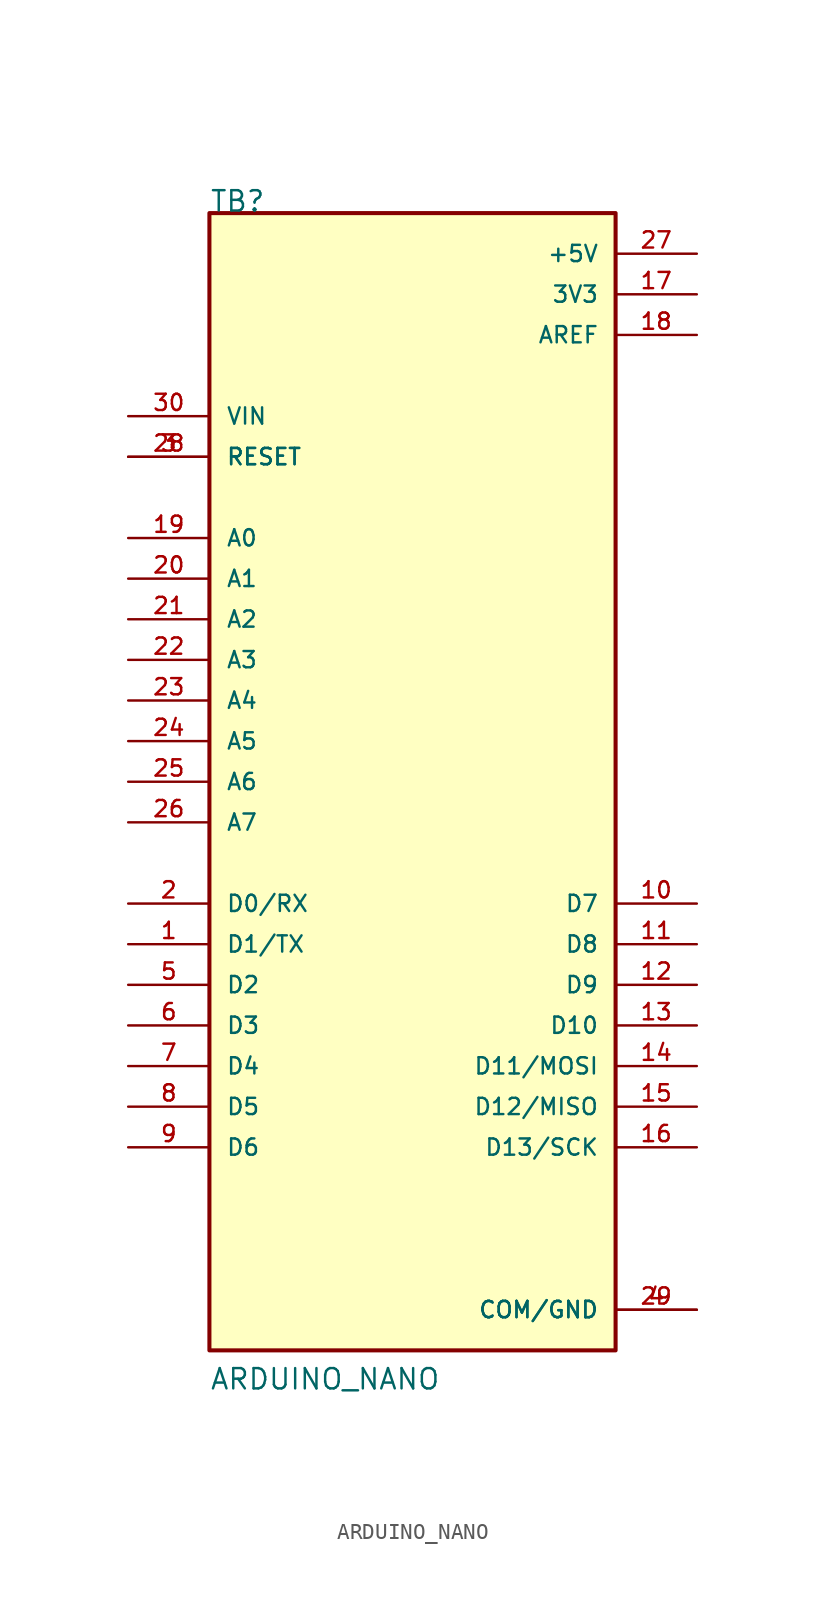
<source format=kicad_sym>
(kicad_symbol_lib
  (version 20220914)
  (generator kicad_symbol_editor)
  (symbol "ARDUINO_NANO"
    (pin_names
      (offset 1.016))
    (property "Reference" "TB"
      (at -12.7 35.56 0)
      (effects (font (size 1.27 1.27)) (justify left bottom)))
    (property "Value" "ARDUINO_NANO"
      (at -12.7 -38.1 0)
      (effects (font (size 1.27 1.27)) (justify left bottom)))
    (symbol "ARDUINO_NANO_0_0"
      (rectangle (start -12.7 -35.56) (end 12.7 35.56) (stroke (width 0.254) (type default)) (fill (type background)))
      (pin bidirectional line (at -17.78 -10.16 0) (length 5.08) (name "D1/TX" (effects (font (size 1.016 1.016)))) (number "1" (effects (font (size 1.016 1.016)))))
      (pin bidirectional line (at 17.78 -7.62 180) (length 5.08) (name "D7" (effects (font (size 1.016 1.016)))) (number "10" (effects (font (size 1.016 1.016)))))
      (pin bidirectional line (at 17.78 -10.16 180) (length 5.08) (name "D8" (effects (font (size 1.016 1.016)))) (number "11" (effects (font (size 1.016 1.016)))))
      (pin bidirectional line (at 17.78 -12.7 180) (length 5.08) (name "D9" (effects (font (size 1.016 1.016)))) (number "12" (effects (font (size 1.016 1.016)))))
      (pin bidirectional line (at 17.78 -15.24 180) (length 5.08) (name "D10" (effects (font (size 1.016 1.016)))) (number "13" (effects (font (size 1.016 1.016)))))
      (pin bidirectional line (at 17.78 -17.78 180) (length 5.08) (name "D11/MOSI" (effects (font (size 1.016 1.016)))) (number "14" (effects (font (size 1.016 1.016)))))
      (pin bidirectional line (at 17.78 -20.32 180) (length 5.08) (name "D12/MISO" (effects (font (size 1.016 1.016)))) (number "15" (effects (font (size 1.016 1.016)))))
      (pin bidirectional line (at 17.78 -22.86 180) (length 5.08) (name "D13/SCK" (effects (font (size 1.016 1.016)))) (number "16" (effects (font (size 1.016 1.016)))))
      (pin power_in line (at 17.78 30.48 180) (length 5.08) (name "3V3" (effects (font (size 1.016 1.016)))) (number "17" (effects (font (size 1.016 1.016)))))
      (pin power_in line (at 17.78 27.94 180) (length 5.08) (name "AREF" (effects (font (size 1.016 1.016)))) (number "18" (effects (font (size 1.016 1.016)))))
      (pin input line (at -17.78 15.24 0) (length 5.08) (name "A0" (effects (font (size 1.016 1.016)))) (number "19" (effects (font (size 1.016 1.016)))))
      (pin bidirectional line (at -17.78 -7.62 0) (length 5.08) (name "D0/RX" (effects (font (size 1.016 1.016)))) (number "2" (effects (font (size 1.016 1.016)))))
      (pin input line (at -17.78 12.7 0) (length 5.08) (name "A1" (effects (font (size 1.016 1.016)))) (number "20" (effects (font (size 1.016 1.016)))))
      (pin input line (at -17.78 10.16 0) (length 5.08) (name "A2" (effects (font (size 1.016 1.016)))) (number "21" (effects (font (size 1.016 1.016)))))
      (pin input line (at -17.78 7.62 0) (length 5.08) (name "A3" (effects (font (size 1.016 1.016)))) (number "22" (effects (font (size 1.016 1.016)))))
      (pin input line (at -17.78 5.08 0) (length 5.08) (name "A4" (effects (font (size 1.016 1.016)))) (number "23" (effects (font (size 1.016 1.016)))))
      (pin input line (at -17.78 2.54 0) (length 5.08) (name "A5" (effects (font (size 1.016 1.016)))) (number "24" (effects (font (size 1.016 1.016)))))
      (pin input line (at -17.78 0 0) (length 5.08) (name "A6" (effects (font (size 1.016 1.016)))) (number "25" (effects (font (size 1.016 1.016)))))
      (pin input line (at -17.78 -2.54 0) (length 5.08) (name "A7" (effects (font (size 1.016 1.016)))) (number "26" (effects (font (size 1.016 1.016)))))
      (pin power_in line (at 17.78 33.02 180) (length 5.08) (name "+5V" (effects (font (size 1.016 1.016)))) (number "27" (effects (font (size 1.016 1.016)))))
      (pin input line (at -17.78 20.32 0) (length 5.08) (name "RESET" (effects (font (size 1.016 1.016)))) (number "28" (effects (font (size 1.016 1.016)))))
      (pin power_in line (at 17.78 -33.02 180) (length 5.08) (name "COM/GND" (effects (font (size 1.016 1.016)))) (number "29" (effects (font (size 1.016 1.016)))))
      (pin input line (at -17.78 20.32 0) (length 5.08) (name "RESET" (effects (font (size 1.016 1.016)))) (number "3" (effects (font (size 1.016 1.016)))))
      (pin input line (at -17.78 22.86 0) (length 5.08) (name "VIN" (effects (font (size 1.016 1.016)))) (number "30" (effects (font (size 1.016 1.016)))))
      (pin power_in line (at 17.78 -33.02 180) (length 5.08) (name "COM/GND" (effects (font (size 1.016 1.016)))) (number "4" (effects (font (size 1.016 1.016)))))
      (pin bidirectional line (at -17.78 -12.7 0) (length 5.08) (name "D2" (effects (font (size 1.016 1.016)))) (number "5" (effects (font (size 1.016 1.016)))))
      (pin bidirectional line (at -17.78 -15.24 0) (length 5.08) (name "D3" (effects (font (size 1.016 1.016)))) (number "6" (effects (font (size 1.016 1.016)))))
      (pin bidirectional line (at -17.78 -17.78 0) (length 5.08) (name "D4" (effects (font (size 1.016 1.016)))) (number "7" (effects (font (size 1.016 1.016)))))
      (pin bidirectional line (at -17.78 -20.32 0) (length 5.08) (name "D5" (effects (font (size 1.016 1.016)))) (number "8" (effects (font (size 1.016 1.016)))))
      (pin bidirectional line (at -17.78 -22.86 0) (length 5.08) (name "D6" (effects (font (size 1.016 1.016)))) (number "9" (effects (font (size 1.016 1.016))))))))
</source>
